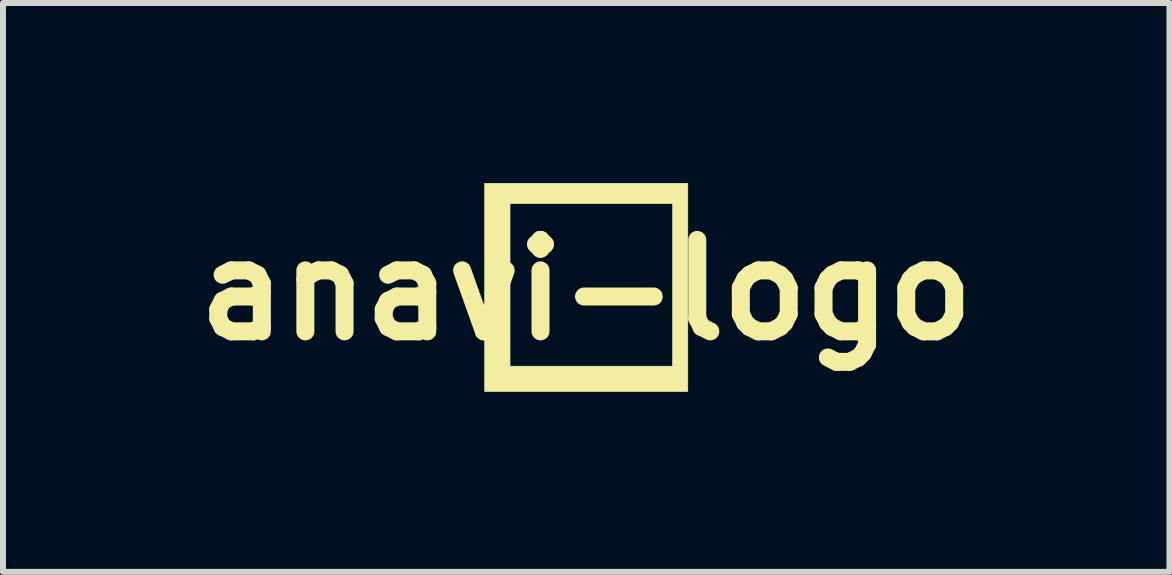
<source format=kicad_pcb>
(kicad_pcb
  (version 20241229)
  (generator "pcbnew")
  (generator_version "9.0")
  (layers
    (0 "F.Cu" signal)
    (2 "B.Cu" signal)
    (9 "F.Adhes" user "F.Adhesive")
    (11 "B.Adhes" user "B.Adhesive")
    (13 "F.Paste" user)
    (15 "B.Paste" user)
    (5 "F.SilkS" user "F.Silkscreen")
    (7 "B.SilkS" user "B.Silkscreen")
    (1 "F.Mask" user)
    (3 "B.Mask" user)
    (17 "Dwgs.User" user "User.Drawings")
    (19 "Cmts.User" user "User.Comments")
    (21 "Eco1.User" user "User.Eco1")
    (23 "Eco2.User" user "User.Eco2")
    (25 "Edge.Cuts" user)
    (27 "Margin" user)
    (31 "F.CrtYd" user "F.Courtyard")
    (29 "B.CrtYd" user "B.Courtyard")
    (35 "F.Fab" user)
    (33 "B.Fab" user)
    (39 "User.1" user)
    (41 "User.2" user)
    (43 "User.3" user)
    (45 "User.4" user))
  (footprint "anavi-logo"
    (layer "F.Cu")
    (at 6.72 1.783)
    (property "Reference" "anavi-logo" (at 0 0 0) (layer "F.SilkS") (effects (font (size 1.524 1.524) (thickness 0.3))))
    (attr through_hole)
    (fp_poly (pts (xy 1.693 1.693) (xy -1.693 1.693) (xy -1.693 -1.439) (xy -1.27 -1.439) (xy -1.27 1.27) (xy 1.439 1.27) (xy 1.439 -1.439) (xy -1.27 -1.439) (xy -1.693 -1.439) (xy -1.693 -1.778) (xy 1.693 -1.778) (xy 1.693 1.693)) (stroke (width 0.01) (type solid)) (fill yes) (layer "F.SilkS")))
  (gr_rect
    (start -3 -3)
    (end 16.44 6.481)
    (stroke (width 0.1) (type default))
    (fill no)
    (layer "Edge.Cuts")))
</source>
